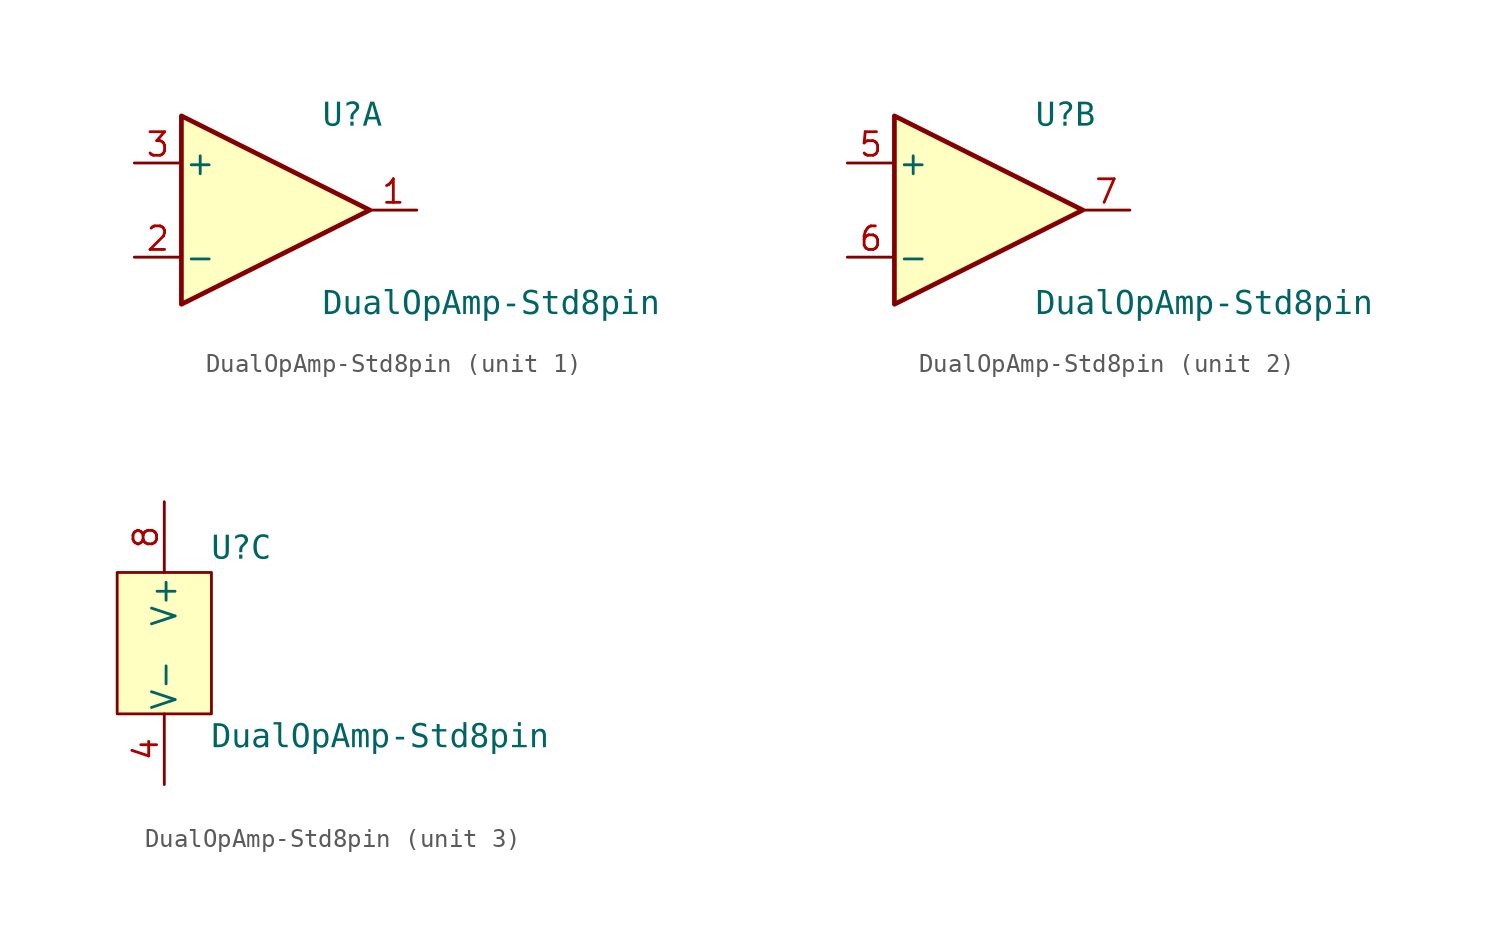
<source format=kicad_sym>
(kicad_symbol_lib
  (version 20241209)
  (generator "kicad_symbol_editor")
  (generator_version "9.0")
  (symbol "DualOpAmp-Std8pin"
    (pin_names
      (offset 0.127))
    (property "Reference" "U"
      (at 2.54 5.08 0)
      (effects (font (face "Consolas") (size 1.27 1.27)) (justify left)))
    (property "Value" "DualOpAmp-Std8pin"
      (at 2.54 -5.08 0)
      (effects (font (face "Consolas") (size 1.27 1.27)) (justify left)))
    (property "ki_locked" ""
      (at 0 0 0)
      (effects (font (size 1.27 1.27))))
    (symbol "DualOpAmp-Std8pin_1_1"
      (polyline (pts (xy -5.08 5.08) (xy 5.08 0) (xy -5.08 -5.08) (xy -5.08 5.08)) (stroke (width 0.254) (type default)) (fill (type background)))
      (pin unspecified line (at -7.62 2.54 0) (length 2.54) (name "+" (effects (font (size 1.27 1.27)))) (number "3" (effects (font (size 1.27 1.27)))))
      (pin unspecified line (at -7.62 -2.54 0) (length 2.54) (name "-" (effects (font (size 1.27 1.27)))) (number "2" (effects (font (size 1.27 1.27)))))
      (pin unspecified line (at 7.62 0 180) (length 2.54) (name "~" (effects (font (size 1.27 1.27)))) (number "1" (effects (font (size 1.27 1.27))))))
    (symbol "DualOpAmp-Std8pin_2_1"
      (polyline (pts (xy -5.08 5.08) (xy 5.08 0) (xy -5.08 -5.08) (xy -5.08 5.08)) (stroke (width 0.254) (type default)) (fill (type background)))
      (pin unspecified line (at -7.62 2.54 0) (length 2.54) (name "+" (effects (font (size 1.27 1.27)))) (number "5" (effects (font (size 1.27 1.27)))))
      (pin unspecified line (at -7.62 -2.54 0) (length 2.54) (name "-" (effects (font (size 1.27 1.27)))) (number "6" (effects (font (size 1.27 1.27)))))
      (pin unspecified line (at 7.62 0 180) (length 2.54) (name "~" (effects (font (size 1.27 1.27)))) (number "7" (effects (font (size 1.27 1.27))))))
    (symbol "DualOpAmp-Std8pin_3_1"
      (rectangle (start -2.54 3.81) (end 2.54 -3.81) (stroke (width 0) (type solid)) (fill (type color) (color 255 255 194 1)))
      (pin unspecified line (at 0 7.62 270) (length 3.81) (name "V+" (effects (font (size 1.27 1.27)))) (number "8" (effects (font (size 1.27 1.27)))))
      (pin unspecified line (at 0 -7.62 90) (length 3.81) (name "V-" (effects (font (size 1.27 1.27)))) (number "4" (effects (font (size 1.27 1.27))))))))
</source>
